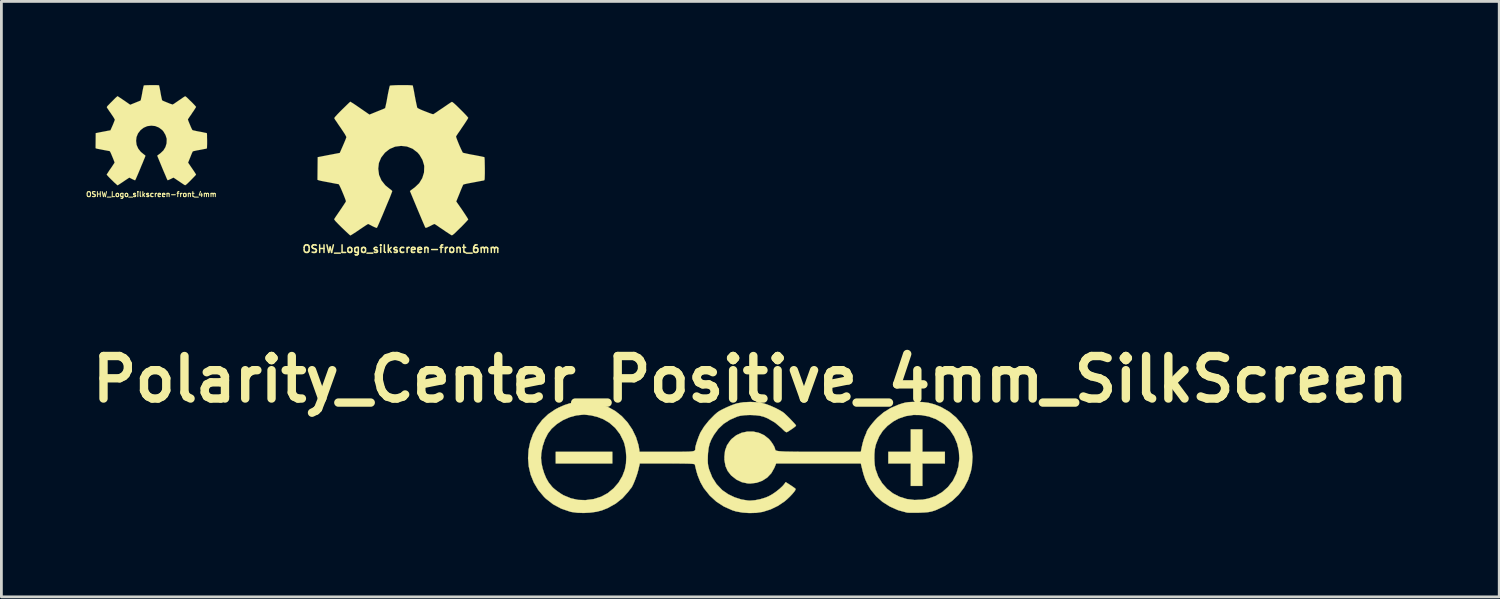
<source format=kicad_pcb>
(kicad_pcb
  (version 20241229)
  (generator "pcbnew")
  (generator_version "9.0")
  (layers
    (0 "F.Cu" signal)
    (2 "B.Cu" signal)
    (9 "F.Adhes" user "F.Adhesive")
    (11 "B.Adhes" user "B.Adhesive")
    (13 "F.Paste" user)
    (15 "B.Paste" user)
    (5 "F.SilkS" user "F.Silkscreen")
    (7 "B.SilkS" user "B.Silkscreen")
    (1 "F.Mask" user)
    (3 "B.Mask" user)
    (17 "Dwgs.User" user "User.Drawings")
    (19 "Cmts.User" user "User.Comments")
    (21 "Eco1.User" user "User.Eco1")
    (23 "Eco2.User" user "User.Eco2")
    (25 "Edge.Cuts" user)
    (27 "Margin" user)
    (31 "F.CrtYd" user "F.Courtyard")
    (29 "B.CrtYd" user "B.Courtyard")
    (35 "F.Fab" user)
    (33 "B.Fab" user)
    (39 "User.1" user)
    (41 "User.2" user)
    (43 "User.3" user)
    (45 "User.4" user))
  (footprint "OSHW_Logo_silkscreen-front_6mm"
    (layer "F.Cu")
    (at 11.33 2.696)
    (property "Reference" "OSHW_Logo_silkscreen-front_6mm" (at 0 3.18 0) (layer "F.SilkS") (effects (font (size 0.272 0.272) (thickness 0.053))))
    (attr through_hole)
    (fp_poly (pts (xy -1.819 2.695) (xy -1.786 2.677) (xy -1.717 2.634) (xy -1.615 2.568) (xy -1.499 2.489) (xy -1.379 2.408) (xy -1.28 2.342) (xy -1.212 2.299) (xy -1.184 2.283) (xy -1.168 2.289) (xy -1.113 2.316) (xy -1.031 2.36) (xy -0.983 2.383) (xy -0.907 2.416) (xy -0.871 2.423) (xy -0.864 2.413) (xy -0.836 2.355) (xy -0.792 2.256) (xy -0.737 2.126) (xy -0.671 1.974) (xy -0.602 1.808) (xy -0.533 1.641) (xy -0.467 1.483) (xy -0.406 1.339) (xy -0.361 1.222) (xy -0.33 1.14) (xy -0.318 1.105) (xy -0.323 1.097) (xy -0.358 1.062) (xy -0.424 1.013) (xy -0.566 0.897) (xy -0.706 0.721) (xy -0.792 0.523) (xy -0.82 0.302) (xy -0.798 0.099) (xy -0.716 -0.097) (xy -0.579 -0.274) (xy -0.411 -0.406) (xy -0.218 -0.488) (xy 0 -0.516) (xy 0.208 -0.493) (xy 0.409 -0.414) (xy 0.587 -0.279) (xy 0.66 -0.193) (xy 0.765 -0.013) (xy 0.823 0.178) (xy 0.828 0.226) (xy 0.82 0.437) (xy 0.757 0.64) (xy 0.648 0.82) (xy 0.493 0.968) (xy 0.472 0.983) (xy 0.401 1.036) (xy 0.353 1.072) (xy 0.315 1.102) (xy 0.584 1.75) (xy 0.627 1.852) (xy 0.701 2.027) (xy 0.765 2.179) (xy 0.818 2.301) (xy 0.853 2.383) (xy 0.869 2.416) (xy 0.871 2.416) (xy 0.894 2.421) (xy 0.942 2.403) (xy 1.034 2.36) (xy 1.092 2.329) (xy 1.161 2.296) (xy 1.191 2.283) (xy 1.219 2.296) (xy 1.285 2.339) (xy 1.379 2.405) (xy 1.496 2.482) (xy 1.605 2.558) (xy 1.707 2.624) (xy 1.781 2.672) (xy 1.816 2.69) (xy 1.821 2.69) (xy 1.854 2.672) (xy 1.913 2.624) (xy 1.999 2.54) (xy 2.123 2.418) (xy 2.144 2.4) (xy 2.245 2.296) (xy 2.329 2.207) (xy 2.385 2.146) (xy 2.405 2.118) (xy 2.385 2.083) (xy 2.339 2.009) (xy 2.273 1.908) (xy 2.192 1.786) (xy 1.976 1.476) (xy 2.095 1.184) (xy 2.131 1.092) (xy 2.177 0.983) (xy 2.21 0.907) (xy 2.228 0.871) (xy 2.261 0.861) (xy 2.339 0.841) (xy 2.456 0.818) (xy 2.596 0.792) (xy 2.728 0.767) (xy 2.847 0.744) (xy 2.934 0.729) (xy 2.972 0.721) (xy 2.982 0.714) (xy 2.99 0.696) (xy 2.995 0.655) (xy 2.997 0.582) (xy 3 0.467) (xy 3 0.302) (xy 3 0.284) (xy 2.997 0.127) (xy 2.995 0.003) (xy 2.99 -0.079) (xy 2.985 -0.112) (xy 2.946 -0.122) (xy 2.863 -0.14) (xy 2.743 -0.163) (xy 2.601 -0.191) (xy 2.591 -0.191) (xy 2.449 -0.218) (xy 2.332 -0.244) (xy 2.248 -0.262) (xy 2.212 -0.274) (xy 2.205 -0.284) (xy 2.177 -0.34) (xy 2.136 -0.427) (xy 2.088 -0.533) (xy 2.042 -0.645) (xy 2.002 -0.747) (xy 1.976 -0.82) (xy 1.968 -0.856) (xy 1.989 -0.889) (xy 2.037 -0.963) (xy 2.108 -1.064) (xy 2.189 -1.186) (xy 2.197 -1.196) (xy 2.278 -1.316) (xy 2.344 -1.417) (xy 2.388 -1.488) (xy 2.405 -1.521) (xy 2.405 -1.524) (xy 2.377 -1.56) (xy 2.316 -1.628) (xy 2.228 -1.72) (xy 2.123 -1.824) (xy 2.09 -1.857) (xy 1.974 -1.971) (xy 1.892 -2.045) (xy 1.841 -2.085) (xy 1.819 -2.095) (xy 1.816 -2.093) (xy 1.781 -2.073) (xy 1.704 -2.022) (xy 1.603 -1.953) (xy 1.481 -1.869) (xy 1.473 -1.864) (xy 1.351 -1.783) (xy 1.252 -1.714) (xy 1.181 -1.669) (xy 1.151 -1.651) (xy 1.146 -1.651) (xy 1.097 -1.664) (xy 1.011 -1.694) (xy 0.907 -1.735) (xy 0.795 -1.778) (xy 0.693 -1.821) (xy 0.62 -1.857) (xy 0.584 -1.877) (xy 0.582 -1.877) (xy 0.569 -1.92) (xy 0.549 -2.012) (xy 0.523 -2.134) (xy 0.495 -2.281) (xy 0.49 -2.304) (xy 0.465 -2.449) (xy 0.442 -2.565) (xy 0.424 -2.647) (xy 0.417 -2.682) (xy 0.396 -2.685) (xy 0.325 -2.69) (xy 0.218 -2.695) (xy 0.089 -2.695) (xy -0.046 -2.695) (xy -0.178 -2.692) (xy -0.29 -2.687) (xy -0.371 -2.682) (xy -0.406 -2.675) (xy -0.406 -2.672) (xy -0.419 -2.629) (xy -0.439 -2.54) (xy -0.465 -2.416) (xy -0.493 -2.268) (xy -0.498 -2.24) (xy -0.523 -2.098) (xy -0.549 -1.981) (xy -0.566 -1.902) (xy -0.574 -1.869) (xy -0.587 -1.864) (xy -0.645 -1.836) (xy -0.742 -1.798) (xy -0.861 -1.75) (xy -1.135 -1.638) (xy -1.471 -1.869) (xy -1.501 -1.89) (xy -1.623 -1.974) (xy -1.722 -2.04) (xy -1.793 -2.083) (xy -1.821 -2.101) (xy -1.824 -2.098) (xy -1.857 -2.07) (xy -1.923 -2.007) (xy -2.014 -1.918) (xy -2.121 -1.814) (xy -2.2 -1.735) (xy -2.291 -1.641) (xy -2.349 -1.577) (xy -2.383 -1.537) (xy -2.395 -1.511) (xy -2.39 -1.494) (xy -2.37 -1.46) (xy -2.319 -1.387) (xy -2.25 -1.283) (xy -2.169 -1.166) (xy -2.101 -1.064) (xy -2.027 -0.953) (xy -1.981 -0.871) (xy -1.963 -0.833) (xy -1.968 -0.815) (xy -1.991 -0.749) (xy -2.032 -0.65) (xy -2.083 -0.531) (xy -2.2 -0.264) (xy -2.375 -0.231) (xy -2.479 -0.211) (xy -2.629 -0.183) (xy -2.771 -0.155) (xy -2.992 -0.112) (xy -3 0.699) (xy -2.964 0.714) (xy -2.931 0.724) (xy -2.85 0.742) (xy -2.733 0.765) (xy -2.596 0.79) (xy -2.477 0.813) (xy -2.36 0.836) (xy -2.273 0.851) (xy -2.235 0.859) (xy -2.228 0.871) (xy -2.197 0.93) (xy -2.154 1.021) (xy -2.108 1.13) (xy -2.06 1.245) (xy -2.019 1.349) (xy -1.989 1.43) (xy -1.979 1.471) (xy -1.994 1.501) (xy -2.04 1.572) (xy -2.106 1.671) (xy -2.184 1.788) (xy -2.266 1.908) (xy -2.334 2.007) (xy -2.383 2.08) (xy -2.4 2.113) (xy -2.39 2.136) (xy -2.344 2.192) (xy -2.256 2.283) (xy -2.123 2.416) (xy -2.101 2.436) (xy -1.996 2.537) (xy -1.908 2.619) (xy -1.847 2.675) (xy -1.819 2.695)) (stroke (width 0.003) (type solid)) (fill yes) (layer "F.SilkS")))
  (footprint "OSHW_Logo_silkscreen-front_4mm"
    (layer "F.Cu")
    (at 2.375 1.797)
    (property "Reference" "OSHW_Logo_silkscreen-front_4mm" (at 0 2.121 0) (layer "F.SilkS") (effects (font (size 0.18 0.18) (thickness 0.036))))
    (attr through_hole)
    (fp_poly (pts (xy -1.212 1.796) (xy -1.191 1.786) (xy -1.143 1.755) (xy -1.077 1.712) (xy -0.998 1.659) (xy -0.919 1.605) (xy -0.853 1.562) (xy -0.808 1.532) (xy -0.79 1.521) (xy -0.78 1.524) (xy -0.742 1.544) (xy -0.686 1.572) (xy -0.655 1.587) (xy -0.605 1.61) (xy -0.579 1.615) (xy -0.577 1.608) (xy -0.556 1.57) (xy -0.528 1.504) (xy -0.49 1.417) (xy -0.447 1.316) (xy -0.401 1.206) (xy -0.356 1.095) (xy -0.31 0.988) (xy -0.272 0.892) (xy -0.239 0.815) (xy -0.218 0.759) (xy -0.211 0.737) (xy -0.213 0.732) (xy -0.239 0.709) (xy -0.282 0.676) (xy -0.378 0.597) (xy -0.47 0.48) (xy -0.528 0.348) (xy -0.546 0.201) (xy -0.531 0.066) (xy -0.478 -0.064) (xy -0.386 -0.183) (xy -0.274 -0.269) (xy -0.145 -0.325) (xy 0 -0.343) (xy 0.14 -0.328) (xy 0.272 -0.274) (xy 0.391 -0.185) (xy 0.439 -0.127) (xy 0.508 -0.008) (xy 0.549 0.119) (xy 0.551 0.15) (xy 0.546 0.292) (xy 0.505 0.427) (xy 0.432 0.546) (xy 0.328 0.645) (xy 0.315 0.655) (xy 0.267 0.691) (xy 0.236 0.714) (xy 0.211 0.734) (xy 0.389 1.166) (xy 0.417 1.234) (xy 0.467 1.351) (xy 0.511 1.453) (xy 0.544 1.534) (xy 0.569 1.587) (xy 0.579 1.61) (xy 0.594 1.613) (xy 0.627 1.6) (xy 0.688 1.572) (xy 0.729 1.552) (xy 0.775 1.529) (xy 0.795 1.521) (xy 0.813 1.532) (xy 0.856 1.56) (xy 0.919 1.603) (xy 0.996 1.654) (xy 1.069 1.704) (xy 1.138 1.75) (xy 1.186 1.781) (xy 1.212 1.793) (xy 1.214 1.793) (xy 1.234 1.781) (xy 1.275 1.75) (xy 1.333 1.694) (xy 1.415 1.613) (xy 1.427 1.6) (xy 1.496 1.529) (xy 1.552 1.471) (xy 1.59 1.43) (xy 1.603 1.412) (xy 1.59 1.387) (xy 1.56 1.339) (xy 1.514 1.27) (xy 1.46 1.191) (xy 1.318 0.983) (xy 1.397 0.787) (xy 1.42 0.729) (xy 1.45 0.655) (xy 1.473 0.605) (xy 1.486 0.582) (xy 1.506 0.574) (xy 1.56 0.561) (xy 1.638 0.544) (xy 1.73 0.528) (xy 1.819 0.511) (xy 1.897 0.495) (xy 1.956 0.485) (xy 1.981 0.48) (xy 1.986 0.475) (xy 1.991 0.462) (xy 1.996 0.437) (xy 1.996 0.389) (xy 1.999 0.312) (xy 1.999 0.201) (xy 1.999 0.191) (xy 1.996 0.084) (xy 1.996 0) (xy 1.994 -0.053) (xy 1.989 -0.074) (xy 1.963 -0.081) (xy 1.908 -0.091) (xy 1.829 -0.109) (xy 1.732 -0.127) (xy 1.727 -0.127) (xy 1.633 -0.145) (xy 1.554 -0.163) (xy 1.499 -0.175) (xy 1.476 -0.183) (xy 1.471 -0.188) (xy 1.45 -0.226) (xy 1.422 -0.284) (xy 1.392 -0.356) (xy 1.361 -0.429) (xy 1.333 -0.498) (xy 1.316 -0.546) (xy 1.311 -0.569) (xy 1.326 -0.592) (xy 1.359 -0.643) (xy 1.405 -0.709) (xy 1.46 -0.79) (xy 1.463 -0.798) (xy 1.519 -0.876) (xy 1.562 -0.945) (xy 1.593 -0.993) (xy 1.603 -1.013) (xy 1.603 -1.016) (xy 1.585 -1.039) (xy 1.544 -1.085) (xy 1.486 -1.146) (xy 1.415 -1.217) (xy 1.392 -1.237) (xy 1.316 -1.313) (xy 1.262 -1.364) (xy 1.227 -1.389) (xy 1.212 -1.397) (xy 1.212 -1.394) (xy 1.186 -1.382) (xy 1.135 -1.349) (xy 1.067 -1.3) (xy 0.986 -1.247) (xy 0.98 -1.242) (xy 0.902 -1.189) (xy 0.836 -1.143) (xy 0.787 -1.113) (xy 0.767 -1.1) (xy 0.762 -1.1) (xy 0.732 -1.11) (xy 0.673 -1.128) (xy 0.605 -1.156) (xy 0.531 -1.186) (xy 0.462 -1.214) (xy 0.411 -1.237) (xy 0.389 -1.25) (xy 0.389 -1.252) (xy 0.378 -1.28) (xy 0.366 -1.341) (xy 0.348 -1.422) (xy 0.33 -1.521) (xy 0.328 -1.537) (xy 0.31 -1.631) (xy 0.295 -1.709) (xy 0.282 -1.765) (xy 0.277 -1.788) (xy 0.264 -1.791) (xy 0.216 -1.793) (xy 0.145 -1.796) (xy 0.058 -1.796) (xy -0.03 -1.796) (xy -0.117 -1.793) (xy -0.193 -1.791) (xy -0.246 -1.788) (xy -0.269 -1.783) (xy -0.272 -1.781) (xy -0.279 -1.753) (xy -0.292 -1.692) (xy -0.31 -1.61) (xy -0.328 -1.511) (xy -0.33 -1.494) (xy -0.348 -1.4) (xy -0.366 -1.321) (xy -0.376 -1.267) (xy -0.384 -1.247) (xy -0.391 -1.242) (xy -0.429 -1.224) (xy -0.493 -1.199) (xy -0.574 -1.166) (xy -0.757 -1.092) (xy -0.98 -1.247) (xy -1.001 -1.26) (xy -1.082 -1.316) (xy -1.148 -1.359) (xy -1.194 -1.389) (xy -1.214 -1.4) (xy -1.237 -1.379) (xy -1.283 -1.339) (xy -1.344 -1.278) (xy -1.412 -1.209) (xy -1.466 -1.156) (xy -1.527 -1.092) (xy -1.567 -1.052) (xy -1.587 -1.024) (xy -1.595 -1.006) (xy -1.593 -0.996) (xy -1.58 -0.973) (xy -1.547 -0.925) (xy -1.501 -0.856) (xy -1.445 -0.777) (xy -1.4 -0.709) (xy -1.351 -0.635) (xy -1.321 -0.582) (xy -1.308 -0.554) (xy -1.311 -0.544) (xy -1.328 -0.5) (xy -1.354 -0.432) (xy -1.387 -0.353) (xy -1.466 -0.175) (xy -1.582 -0.155) (xy -1.654 -0.14) (xy -1.753 -0.122) (xy -1.847 -0.104) (xy -1.994 -0.074) (xy -1.999 0.465) (xy -1.976 0.475) (xy -1.953 0.483) (xy -1.9 0.493) (xy -1.821 0.508) (xy -1.73 0.526) (xy -1.651 0.541) (xy -1.572 0.556) (xy -1.516 0.566) (xy -1.491 0.572) (xy -1.483 0.582) (xy -1.463 0.62) (xy -1.435 0.681) (xy -1.405 0.754) (xy -1.374 0.828) (xy -1.346 0.899) (xy -1.326 0.953) (xy -1.318 0.98) (xy -1.328 1.001) (xy -1.359 1.046) (xy -1.402 1.113) (xy -1.455 1.191) (xy -1.511 1.27) (xy -1.554 1.339) (xy -1.587 1.387) (xy -1.6 1.407) (xy -1.593 1.422) (xy -1.562 1.46) (xy -1.504 1.521) (xy -1.415 1.61) (xy -1.4 1.623) (xy -1.331 1.692) (xy -1.27 1.745) (xy -1.229 1.783) (xy -1.212 1.796)) (stroke (width 0.003) (type solid)) (fill yes) (layer "F.SilkS")))
  (footprint "Polarity_Center_Positive_4mm_SilkScreen"
    (layer "F.Cu")
    (at 23.847 13.341)
    (property "Reference" "Polarity_Center_Positive_4mm_SilkScreen" (at 0 -2.794 0) (layer "F.SilkS") (effects (font (size 1.524 1.524) (thickness 0.3))))
    (attr through_hole)
    (fp_poly (pts (xy -4.947 0.222) (xy -6.975 0.222) (xy -6.975 -0.195) (xy -4.947 -0.195) (xy -4.947 0.222)) (stroke (width 0.01) (type solid)) (fill yes) (layer "F.SilkS"))
    (fp_poly (pts (xy 6.169 -0.195) (xy 6.975 -0.195) (xy 6.975 0.222) (xy 6.169 0.222) (xy 6.169 1.028) (xy 5.753 1.028) (xy 5.753 0.222) (xy 4.947 0.222) (xy 4.947 -0.195) (xy 5.753 -0.195) (xy 5.753 -1) (xy 6.169 -1) (xy 6.169 -0.195)) (stroke (width 0.01) (type solid)) (fill yes) (layer "F.SilkS"))
    (fp_poly (pts (xy 6.18 -1.977) (xy 6.393 -1.949) (xy 6.593 -1.897) (xy 6.799 -1.816) (xy 6.856 -1.789) (xy 7.132 -1.629) (xy 7.373 -1.429) (xy 7.576 -1.195) (xy 7.739 -0.931) (xy 7.86 -0.644) (xy 7.936 -0.338) (xy 7.965 -0.018) (xy 7.944 0.309) (xy 7.908 0.5) (xy 7.809 0.805) (xy 7.662 1.086) (xy 7.471 1.339) (xy 7.239 1.56) (xy 6.972 1.744) (xy 6.672 1.887) (xy 6.586 1.918) (xy 6.487 1.947) (xy 6.38 1.967) (xy 6.25 1.979) (xy 6.083 1.987) (xy 6.044 1.988) (xy 5.902 1.99) (xy 5.775 1.99) (xy 5.675 1.988) (xy 5.617 1.984) (xy 5.614 1.983) (xy 5.301 1.899) (xy 5.009 1.77) (xy 4.743 1.603) (xy 4.512 1.401) (xy 4.322 1.169) (xy 4.302 1.139) (xy 4.199 0.965) (xy 4.12 0.793) (xy 4.056 0.601) (xy 4.022 0.471) (xy 3.961 0.222) (xy 0.927 0.222) (xy 0.862 0.379) (xy 0.754 0.571) (xy 0.607 0.727) (xy 0.428 0.843) (xy 0.222 0.916) (xy -0.003 0.942) (xy -0.094 0.938) (xy -0.302 0.894) (xy -0.499 0.8) (xy -0.675 0.66) (xy -0.695 0.641) (xy -0.813 0.489) (xy -0.888 0.319) (xy -0.924 0.122) (xy -0.926 0.083) (xy 4.447 0.083) (xy 4.459 0.264) (xy 4.485 0.418) (xy 4.488 0.428) (xy 4.585 0.695) (xy 4.725 0.93) (xy 4.902 1.13) (xy 5.111 1.294) (xy 5.349 1.417) (xy 5.609 1.498) (xy 5.887 1.533) (xy 6.178 1.52) (xy 6.378 1.483) (xy 6.638 1.392) (xy 6.875 1.253) (xy 7.083 1.071) (xy 7.254 0.853) (xy 7.266 0.834) (xy 7.389 0.583) (xy 7.464 0.318) (xy 7.493 0.046) (xy 7.476 -0.225) (xy 7.415 -0.488) (xy 7.312 -0.735) (xy 7.167 -0.961) (xy 6.982 -1.156) (xy 6.892 -1.227) (xy 6.655 -1.367) (xy 6.397 -1.462) (xy 6.125 -1.512) (xy 5.848 -1.517) (xy 5.577 -1.475) (xy 5.32 -1.388) (xy 5.125 -1.282) (xy 4.914 -1.122) (xy 4.747 -0.945) (xy 4.617 -0.742) (xy 4.516 -0.5) (xy 4.49 -0.417) (xy 4.462 -0.277) (xy 4.448 -0.104) (xy 4.447 0.083) (xy -0.926 0.083) (xy -0.929 -0.014) (xy -0.905 -0.236) (xy -0.834 -0.431) (xy -0.714 -0.606) (xy -0.663 -0.661) (xy -0.498 -0.791) (xy -0.308 -0.877) (xy -0.103 -0.92) (xy 0.106 -0.919) (xy 0.31 -0.874) (xy 0.5 -0.787) (xy 0.664 -0.656) (xy 0.671 -0.649) (xy 0.743 -0.563) (xy 0.809 -0.466) (xy 0.861 -0.374) (xy 0.887 -0.302) (xy 0.889 -0.286) (xy 0.893 -0.267) (xy 0.905 -0.25) (xy 0.931 -0.236) (xy 0.975 -0.225) (xy 1.041 -0.216) (xy 1.132 -0.209) (xy 1.254 -0.203) (xy 1.411 -0.2) (xy 1.606 -0.197) (xy 1.844 -0.195) (xy 2.129 -0.195) (xy 2.465 -0.195) (xy 3.961 -0.195) (xy 4.006 -0.411) (xy 4.036 -0.536) (xy 4.073 -0.659) (xy 4.108 -0.754) (xy 4.11 -0.757) (xy 4.143 -0.834) (xy 4.165 -0.889) (xy 4.168 -0.904) (xy 4.186 -0.95) (xy 4.233 -1.026) (xy 4.301 -1.121) (xy 4.383 -1.225) (xy 4.47 -1.326) (xy 4.554 -1.415) (xy 4.557 -1.418) (xy 4.779 -1.608) (xy 5.022 -1.759) (xy 5.299 -1.879) (xy 5.349 -1.897) (xy 5.467 -1.935) (xy 5.567 -1.96) (xy 5.666 -1.974) (xy 5.783 -1.981) (xy 5.933 -1.984) (xy 6.18 -1.977)) (stroke (width 0.01) (type solid)) (fill yes) (layer "F.SilkS"))
    (fp_poly (pts (xy -5.673 -1.967) (xy -5.387 -1.91) (xy -5.117 -1.809) (xy -4.851 -1.662) (xy -4.834 -1.651) (xy -4.606 -1.47) (xy -4.402 -1.248) (xy -4.231 -0.995) (xy -4.098 -0.721) (xy -4.01 -0.438) (xy -3.99 -0.327) (xy -3.971 -0.195) (xy -2.989 -0.195) (xy -2.724 -0.195) (xy -2.51 -0.195) (xy -2.341 -0.197) (xy -2.212 -0.2) (xy -2.117 -0.206) (xy -2.051 -0.215) (xy -2.009 -0.229) (xy -1.986 -0.247) (xy -1.975 -0.271) (xy -1.973 -0.301) (xy -1.973 -0.333) (xy -1.963 -0.389) (xy -1.938 -0.481) (xy -1.902 -0.593) (xy -1.861 -0.709) (xy -1.819 -0.815) (xy -1.786 -0.889) (xy -1.656 -1.099) (xy -1.485 -1.313) (xy -1.283 -1.519) (xy -1.181 -1.608) (xy -1.105 -1.659) (xy -0.991 -1.72) (xy -0.856 -1.785) (xy -0.713 -1.847) (xy -0.578 -1.899) (xy -0.467 -1.933) (xy -0.467 -1.933) (xy -0.248 -1.97) (xy -0.004 -1.982) (xy 0.241 -1.971) (xy 0.461 -1.935) (xy 0.467 -1.933) (xy 0.593 -1.894) (xy 0.742 -1.836) (xy 0.896 -1.767) (xy 1.038 -1.694) (xy 1.153 -1.626) (xy 1.194 -1.596) (xy 1.252 -1.545) (xy 1.328 -1.473) (xy 1.412 -1.39) (xy 1.494 -1.304) (xy 1.566 -1.227) (xy 1.618 -1.168) (xy 1.639 -1.137) (xy 1.64 -1.136) (xy 1.615 -1.105) (xy 1.542 -1.048) (xy 1.421 -0.966) (xy 1.347 -0.918) (xy 1.314 -0.901) (xy 1.283 -0.901) (xy 1.243 -0.926) (xy 1.184 -0.979) (xy 1.12 -1.043) (xy 0.888 -1.24) (xy 0.628 -1.391) (xy 0.484 -1.451) (xy 0.348 -1.486) (xy 0.177 -1.507) (xy -0.01 -1.515) (xy -0.194 -1.508) (xy -0.357 -1.487) (xy -0.459 -1.461) (xy -0.728 -1.345) (xy -0.954 -1.2) (xy -1.143 -1.023) (xy -1.301 -0.808) (xy -1.311 -0.792) (xy -1.399 -0.632) (xy -1.459 -0.483) (xy -1.496 -0.327) (xy -1.517 -0.144) (xy -1.522 -0.05) (xy -1.526 0.1) (xy -1.522 0.215) (xy -1.509 0.312) (xy -1.484 0.413) (xy -1.475 0.445) (xy -1.365 0.721) (xy -1.213 0.961) (xy -1.018 1.167) (xy -0.991 1.19) (xy -0.792 1.327) (xy -0.561 1.437) (xy -0.317 1.515) (xy -0.076 1.553) (xy 0 1.555) (xy 0.168 1.541) (xy 0.357 1.504) (xy 0.541 1.448) (xy 0.661 1.398) (xy 0.786 1.328) (xy 0.92 1.236) (xy 1.047 1.135) (xy 1.153 1.037) (xy 1.208 0.974) (xy 1.269 0.891) (xy 1.439 1.001) (xy 1.524 1.058) (xy 1.59 1.106) (xy 1.623 1.135) (xy 1.624 1.136) (xy 1.616 1.172) (xy 1.574 1.236) (xy 1.505 1.318) (xy 1.418 1.41) (xy 1.321 1.503) (xy 1.229 1.582) (xy 0.994 1.74) (xy 0.73 1.868) (xy 0.456 1.955) (xy 0.434 1.96) (xy 0.21 1.993) (xy -0.035 2) (xy -0.281 1.983) (xy -0.508 1.943) (xy -0.639 1.903) (xy -0.947 1.766) (xy -1.217 1.591) (xy -1.453 1.375) (xy -1.663 1.112) (xy -1.673 1.097) (xy -1.79 0.89) (xy -1.886 0.653) (xy -1.935 0.486) (xy -1.959 0.385) (xy -1.979 0.303) (xy -1.99 0.258) (xy -1.99 0.257) (xy -2.005 0.247) (xy -2.046 0.24) (xy -2.117 0.233) (xy -2.225 0.229) (xy -2.371 0.226) (xy -2.562 0.224) (xy -2.801 0.222) (xy -2.98 0.222) (xy -3.961 0.222) (xy -4.02 0.472) (xy -4.052 0.587) (xy -4.096 0.716) (xy -4.144 0.845) (xy -4.194 0.962) (xy -4.239 1.054) (xy -4.274 1.108) (xy -4.278 1.112) (xy -4.302 1.14) (xy -4.347 1.198) (xy -4.376 1.237) (xy -4.582 1.468) (xy -4.829 1.664) (xy -5.113 1.822) (xy -5.325 1.906) (xy -5.513 1.954) (xy -5.736 1.985) (xy -5.971 1.997) (xy -6.201 1.99) (xy -6.405 1.963) (xy -6.461 1.95) (xy -6.782 1.84) (xy -7.072 1.684) (xy -7.33 1.483) (xy -7.395 1.419) (xy -7.601 1.174) (xy -7.76 0.907) (xy -7.874 0.625) (xy -7.942 0.331) (xy -7.967 0.033) (xy -7.966 0.026) (xy -7.503 0.026) (xy -7.488 0.198) (xy -7.449 0.387) (xy -7.39 0.577) (xy -7.317 0.751) (xy -7.236 0.894) (xy -7.197 0.946) (xy -7.149 1.003) (xy -7.119 1.043) (xy -7.119 1.043) (xy -7.074 1.092) (xy -6.997 1.158) (xy -6.9 1.231) (xy -6.799 1.301) (xy -6.707 1.357) (xy -6.683 1.369) (xy -6.428 1.473) (xy -6.174 1.529) (xy -5.912 1.538) (xy -5.628 1.502) (xy -5.6 1.496) (xy -5.346 1.415) (xy -5.111 1.287) (xy -4.902 1.116) (xy -4.724 0.91) (xy -4.585 0.674) (xy -4.498 0.444) (xy -4.457 0.228) (xy -4.446 -0.01) (xy -4.463 -0.249) (xy -4.509 -0.47) (xy -4.543 -0.57) (xy -4.674 -0.832) (xy -4.845 -1.054) (xy -5.053 -1.236) (xy -5.272 -1.365) (xy -5.483 -1.446) (xy -5.713 -1.502) (xy -5.936 -1.526) (xy -5.975 -1.527) (xy -6.228 -1.502) (xy -6.48 -1.434) (xy -6.721 -1.327) (xy -6.939 -1.187) (xy -7.125 -1.02) (xy -7.257 -0.848) (xy -7.365 -0.634) (xy -7.445 -0.392) (xy -7.493 -0.143) (xy -7.503 0.026) (xy -7.966 0.026) (xy -7.948 -0.264) (xy -7.888 -0.555) (xy -7.786 -0.834) (xy -7.644 -1.096) (xy -7.463 -1.334) (xy -7.243 -1.544) (xy -6.985 -1.719) (xy -6.878 -1.775) (xy -6.663 -1.87) (xy -6.468 -1.933) (xy -6.271 -1.969) (xy -6.051 -1.983) (xy -5.989 -1.984) (xy -5.673 -1.967)) (stroke (width 0.01) (type solid)) (fill yes) (layer "F.SilkS")))
  (gr_rect
    (start -3 -3)
    (end 50.694 18.346)
    (stroke (width 0.1) (type default))
    (fill no)
    (layer "Edge.Cuts")))
</source>
